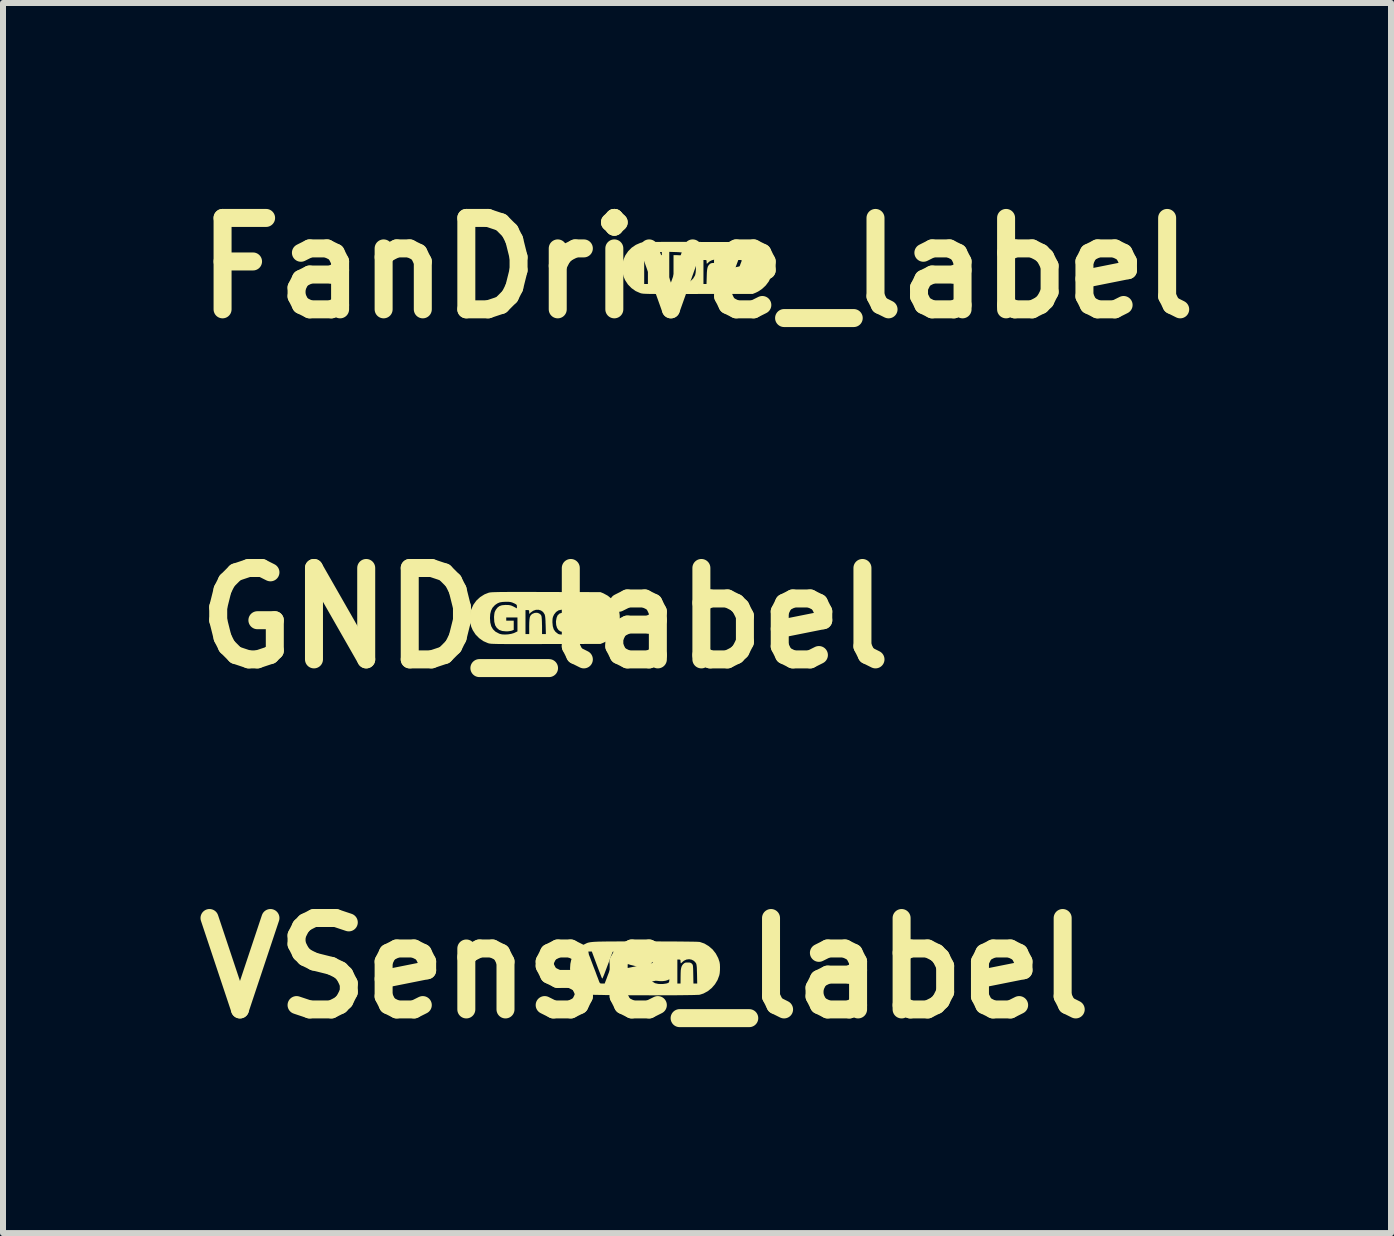
<source format=kicad_pcb>
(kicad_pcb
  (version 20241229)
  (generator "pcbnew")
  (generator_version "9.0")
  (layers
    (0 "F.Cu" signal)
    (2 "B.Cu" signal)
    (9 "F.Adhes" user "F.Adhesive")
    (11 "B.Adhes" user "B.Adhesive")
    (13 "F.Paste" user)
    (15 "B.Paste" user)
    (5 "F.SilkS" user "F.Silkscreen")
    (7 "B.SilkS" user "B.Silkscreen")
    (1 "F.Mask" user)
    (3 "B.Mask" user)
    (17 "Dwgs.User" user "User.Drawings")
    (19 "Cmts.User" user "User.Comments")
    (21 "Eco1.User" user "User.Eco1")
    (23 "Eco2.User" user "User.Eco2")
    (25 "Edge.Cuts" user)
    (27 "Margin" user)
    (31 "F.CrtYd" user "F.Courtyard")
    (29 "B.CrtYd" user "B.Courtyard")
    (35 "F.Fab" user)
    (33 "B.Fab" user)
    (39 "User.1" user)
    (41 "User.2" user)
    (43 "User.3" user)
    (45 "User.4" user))
  (footprint "GND_label"
    (layer "F.Cu")
    (at 6.031 7.254)
    (property "Reference" "GND_label" (at 0 0 0) (layer "F.SilkS") (effects (font (size 1.524 1.524) (thickness 0.3))))
    (attr board_only exclude_from_pos_files exclude_from_bom)
    (fp_poly (pts (xy 0.354 -0.08) (xy 0.364 -0.074) (xy 0.388 -0.048) (xy 0.406 -0.009) (xy 0.416 0.038) (xy 0.418 0.088) (xy 0.411 0.136) (xy 0.401 0.167) (xy 0.376 0.201) (xy 0.342 0.223) (xy 0.303 0.231) (xy 0.263 0.223) (xy 0.23 0.2) (xy 0.206 0.164) (xy 0.192 0.117) (xy 0.188 0.062) (xy 0.189 0.049) (xy 0.199 -0.006) (xy 0.217 -0.047) (xy 0.245 -0.073) (xy 0.249 -0.075) (xy 0.283 -0.086) (xy 0.321 -0.088)) (stroke (width 0) (type solid)) (fill yes) (layer "F.SilkS"))
    (fp_poly (pts (xy -0.313 -0.435) (xy -0.189 -0.435) (xy -0.048 -0.434) (xy 0.023 -0.434) (xy 0.93 -0.432) (xy 0.979 -0.412) (xy 1.049 -0.374) (xy 1.113 -0.323) (xy 1.169 -0.262) (xy 1.213 -0.195) (xy 1.23 -0.156) (xy 1.243 -0.105) (xy 1.251 -0.044) (xy 1.252 0.021) (xy 1.247 0.084) (xy 1.236 0.139) (xy 1.23 0.156) (xy 1.195 0.226) (xy 1.146 0.291) (xy 1.085 0.348) (xy 1.018 0.393) (xy 0.979 0.412) (xy 0.93 0.432) (xy 0.018 0.433) (xy -0.13 0.434) (xy -0.261 0.434) (xy -0.377 0.434) (xy -0.477 0.434) (xy -0.565 0.434) (xy -0.64 0.434) (xy -0.703 0.433) (xy -0.756 0.433) (xy -0.801 0.432) (xy -0.836 0.431) (xy -0.865 0.43) (xy -0.888 0.429) (xy -0.906 0.427) (xy -0.92 0.425) (xy -0.931 0.423) (xy -0.94 0.42) (xy -0.945 0.419) (xy -1.023 0.385) (xy -1.092 0.336) (xy -1.152 0.275) (xy -1.199 0.203) (xy -1.225 0.143) (xy -1.241 0.076) (xy -1.247 0.002) (xy -1.247 0) (xy -0.912 0) (xy -0.907 0.075) (xy -0.891 0.137) (xy -0.862 0.187) (xy -0.821 0.227) (xy -0.765 0.257) (xy -0.749 0.264) (xy -0.71 0.273) (xy -0.661 0.275) (xy -0.607 0.272) (xy -0.578 0.267) (xy -0.32 0.267) (xy -0.258 0.267) (xy -0.258 0.138) (xy -0.257 0.075) (xy -0.254 0.027) (xy -0.249 -0.008) (xy -0.24 -0.034) (xy -0.226 -0.053) (xy -0.208 -0.068) (xy -0.203 -0.071) (xy -0.165 -0.086) (xy -0.127 -0.088) (xy -0.093 -0.077) (xy -0.066 -0.056) (xy -0.054 -0.035) (xy -0.051 -0.015) (xy -0.048 0.018) (xy -0.046 0.062) (xy -0.045 0.112) (xy -0.044 0.13) (xy -0.044 0.267) (xy 0.02 0.267) (xy 0.016 0.118) (xy 0.014 0.071) (xy 0.129 0.071) (xy 0.135 0.136) (xy 0.151 0.189) (xy 0.18 0.23) (xy 0.221 0.262) (xy 0.227 0.266) (xy 0.251 0.273) (xy 0.284 0.275) (xy 0.318 0.274) (xy 0.345 0.268) (xy 0.35 0.266) (xy 0.37 0.253) (xy 0.392 0.235) (xy 0.394 0.233) (xy 0.418 0.21) (xy 0.418 0.239) (xy 0.42 0.258) (xy 0.428 0.265) (xy 0.449 0.267) (xy 0.481 0.267) (xy 0.481 -0.285) (xy 0.418 -0.285) (xy 0.418 -0.069) (xy 0.393 -0.096) (xy 0.368 -0.116) (xy 0.337 -0.131) (xy 0.331 -0.133) (xy 0.279 -0.139) (xy 0.231 -0.128) (xy 0.19 -0.101) (xy 0.157 -0.059) (xy 0.152 -0.049) (xy 0.14 -0.023) (xy 0.133 0.001) (xy 0.13 0.031) (xy 0.129 0.071) (xy 0.014 0.071) (xy 0.014 0.054) (xy 0.011 0.005) (xy 0.007 -0.031) (xy 0.001 -0.055) (xy -0.002 -0.063) (xy -0.027 -0.101) (xy -0.062 -0.126) (xy -0.103 -0.138) (xy -0.147 -0.137) (xy -0.192 -0.121) (xy -0.233 -0.092) (xy -0.234 -0.091) (xy -0.258 -0.068) (xy -0.258 -0.101) (xy -0.259 -0.122) (xy -0.266 -0.131) (xy -0.284 -0.133) (xy -0.289 -0.133) (xy -0.32 -0.133) (xy -0.32 0.267) (xy -0.578 0.267) (xy -0.555 0.263) (xy -0.511 0.25) (xy -0.505 0.247) (xy -0.454 0.223) (xy -0.454 -0.009) (xy -0.641 -0.009) (xy -0.641 0.044) (xy -0.516 0.044) (xy -0.516 0.197) (xy -0.547 0.21) (xy -0.573 0.216) (xy -0.609 0.221) (xy -0.643 0.222) (xy -0.707 0.216) (xy -0.758 0.198) (xy -0.797 0.166) (xy -0.825 0.122) (xy -0.84 0.064) (xy -0.844 -0.007) (xy -0.844 -0.024) (xy -0.84 -0.064) (xy -0.835 -0.094) (xy -0.825 -0.118) (xy -0.814 -0.139) (xy -0.786 -0.175) (xy -0.754 -0.199) (xy -0.713 -0.213) (xy -0.66 -0.218) (xy -0.644 -0.218) (xy -0.605 -0.217) (xy -0.576 -0.213) (xy -0.55 -0.205) (xy -0.519 -0.191) (xy -0.518 -0.19) (xy -0.463 -0.161) (xy -0.463 -0.192) (xy -0.464 -0.21) (xy -0.47 -0.222) (xy -0.485 -0.233) (xy -0.512 -0.247) (xy -0.514 -0.247) (xy -0.541 -0.259) (xy -0.566 -0.266) (xy -0.594 -0.27) (xy -0.632 -0.271) (xy -0.65 -0.271) (xy -0.705 -0.268) (xy -0.748 -0.261) (xy -0.783 -0.247) (xy -0.817 -0.225) (xy -0.836 -0.209) (xy -0.871 -0.17) (xy -0.894 -0.123) (xy -0.908 -0.067) (xy -0.912 0) (xy -1.247 0) (xy -1.242 -0.073) (xy -1.226 -0.141) (xy -1.225 -0.143) (xy -1.188 -0.223) (xy -1.138 -0.292) (xy -1.075 -0.35) (xy -1.003 -0.395) (xy -0.934 -0.422) (xy -0.924 -0.424) (xy -0.912 -0.427) (xy -0.897 -0.428) (xy -0.877 -0.43) (xy -0.851 -0.431) (xy -0.818 -0.432) (xy -0.778 -0.433) (xy -0.729 -0.434) (xy -0.67 -0.434) (xy -0.6 -0.435) (xy -0.518 -0.435) (xy -0.423 -0.435)) (stroke (width 0) (type solid)) (fill yes) (layer "F.SilkS")))
  (footprint "VSense_label"
    (layer "F.Cu")
    (at 7.7 13.09)
    (property "Reference" "VSense_label" (at 0 0 0) (layer "F.SilkS") (effects (font (size 1.524 1.524) (thickness 0.3))))
    (attr board_only exclude_from_pos_files exclude_from_bom)
    (fp_poly (pts (xy 0.284 -0.094) (xy 0.308 -0.087) (xy 0.31 -0.086) (xy 0.335 -0.064) (xy 0.355 -0.034) (xy 0.365 -0.003) (xy 0.365 0.002) (xy 0.365 0.027) (xy 0.122 0.027) (xy 0.128 0.000038) (xy 0.144 -0.043) (xy 0.174 -0.074) (xy 0.214 -0.093) (xy 0.256 -0.098)) (stroke (width 0) (type solid)) (fill yes) (layer "F.SilkS"))
    (fp_poly (pts (xy -0.006 -0.445) (xy 0.004 -0.445) (xy 0.162 -0.445) (xy 0.306 -0.444) (xy 0.436 -0.444) (xy 0.552 -0.443) (xy 0.653 -0.442) (xy 0.738 -0.441) (xy 0.807 -0.44) (xy 0.86 -0.439) (xy 0.896 -0.437) (xy 0.914 -0.436) (xy 0.916 -0.436) (xy 0.994 -0.409) (xy 1.066 -0.366) (xy 1.13 -0.311) (xy 1.183 -0.244) (xy 1.224 -0.167) (xy 1.246 -0.102) (xy 1.252 -0.064) (xy 1.254 -0.015) (xy 1.253 0.037) (xy 1.249 0.086) (xy 1.242 0.121) (xy 1.213 0.199) (xy 1.17 0.27) (xy 1.115 0.333) (xy 1.051 0.385) (xy 0.979 0.424) (xy 0.917 0.444) (xy 0.9 0.446) (xy 0.868 0.447) (xy 0.82 0.449) (xy 0.76 0.45) (xy 0.687 0.451) (xy 0.605 0.452) (xy 0.514 0.453) (xy 0.415 0.453) (xy 0.311 0.453) (xy 0.203 0.454) (xy 0.092 0.454) (xy -0.021 0.453) (xy -0.133 0.453) (xy -0.243 0.453) (xy -0.35 0.452) (xy -0.452 0.451) (xy -0.548 0.451) (xy -0.636 0.45) (xy -0.715 0.448) (xy -0.783 0.447) (xy -0.839 0.446) (xy -0.881 0.444) (xy -0.908 0.442) (xy -0.917 0.441) (xy -0.999 0.41) (xy -1.073 0.364) (xy -1.135 0.305) (xy -1.161 0.271) (xy -1.201 0.207) (xy -1.227 0.144) (xy -1.242 0.079) (xy -1.246 0.004) (xy -1.241 -0.07) (xy -1.227 -0.136) (xy -1.201 -0.198) (xy -1.161 -0.263) (xy -1.15 -0.276) (xy -0.952 -0.276) (xy -0.934 -0.229) (xy -0.925 -0.207) (xy -0.911 -0.172) (xy -0.894 -0.126) (xy -0.874 -0.073) (xy -0.852 -0.015) (xy -0.841 0.013) (xy -0.819 0.07) (xy -0.8 0.123) (xy -0.782 0.168) (xy -0.769 0.204) (xy -0.76 0.227) (xy -0.757 0.234) (xy -0.749 0.249) (xy -0.737 0.256) (xy -0.713 0.258) (xy -0.709 0.258) (xy -0.669 0.258) (xy -0.648 0.203) (xy -0.4 0.203) (xy -0.4 0.223) (xy -0.394 0.235) (xy -0.38 0.243) (xy -0.354 0.252) (xy -0.309 0.261) (xy -0.259 0.266) (xy -0.207 0.266) (xy -0.16 0.261) (xy -0.125 0.252) (xy -0.12 0.25) (xy -0.078 0.224) (xy -0.05 0.19) (xy -0.037 0.154) (xy -0.032 0.1) (xy -0.036 0.086) (xy 0.064 0.086) (xy 0.067 0.124) (xy 0.073 0.151) (xy 0.084 0.174) (xy 0.094 0.188) (xy 0.129 0.227) (xy 0.171 0.252) (xy 0.223 0.264) (xy 0.266 0.266) (xy 0.305 0.265) (xy 0.342 0.26) (xy 0.354 0.258) (xy 0.543 0.258) (xy 0.596 0.258) (xy 0.597 0.149) (xy 0.598 0.086) (xy 0.6 0.037) (xy 0.606 0.00029) (xy 0.614 -0.027) (xy 0.626 -0.049) (xy 0.64 -0.066) (xy 0.659 -0.082) (xy 0.678 -0.091) (xy 0.704 -0.093) (xy 0.716 -0.093) (xy 0.749 -0.092) (xy 0.77 -0.085) (xy 0.785 -0.073) (xy 0.792 -0.065) (xy 0.798 -0.055) (xy 0.802 -0.042) (xy 0.804 -0.021) (xy 0.806 0.01) (xy 0.807 0.053) (xy 0.808 0.103) (xy 0.811 0.258) (xy 0.874 0.258) (xy 0.871 0.1) (xy 0.869 0.042) (xy 0.868 -0.002) (xy 0.865 -0.034) (xy 0.862 -0.056) (xy 0.858 -0.072) (xy 0.851 -0.085) (xy 0.851 -0.086) (xy 0.821 -0.119) (xy 0.782 -0.14) (xy 0.739 -0.148) (xy 0.694 -0.142) (xy 0.653 -0.123) (xy 0.633 -0.107) (xy 0.616 -0.09) (xy 0.603 -0.081) (xy 0.601 -0.08) (xy 0.598 -0.088) (xy 0.596 -0.107) (xy 0.596 -0.111) (xy 0.595 -0.132) (xy 0.587 -0.141) (xy 0.57 -0.142) (xy 0.543 -0.142) (xy 0.543 0.258) (xy 0.354 0.258) (xy 0.369 0.255) (xy 0.369 0.255) (xy 0.393 0.246) (xy 0.404 0.234) (xy 0.408 0.216) (xy 0.41 0.187) (xy 0.377 0.202) (xy 0.343 0.212) (xy 0.302 0.217) (xy 0.259 0.218) (xy 0.22 0.214) (xy 0.19 0.206) (xy 0.184 0.202) (xy 0.151 0.171) (xy 0.131 0.128) (xy 0.127 0.107) (xy 0.122 0.071) (xy 0.427 0.071) (xy 0.427 0.042) (xy 0.421 -0.008) (xy 0.403 -0.056) (xy 0.378 -0.097) (xy 0.345 -0.125) (xy 0.34 -0.128) (xy 0.287 -0.146) (xy 0.232 -0.147) (xy 0.178 -0.133) (xy 0.131 -0.104) (xy 0.119 -0.093) (xy 0.09 -0.058) (xy 0.072 -0.019) (xy 0.064 0.028) (xy 0.064 0.086) (xy -0.036 0.086) (xy -0.043 0.054) (xy -0.07 0.015) (xy -0.113 -0.015) (xy -0.171 -0.037) (xy -0.2 -0.044) (xy -0.237 -0.053) (xy -0.273 -0.064) (xy -0.291 -0.071) (xy -0.316 -0.084) (xy -0.328 -0.1) (xy -0.334 -0.119) (xy -0.334 -0.158) (xy -0.32 -0.189) (xy -0.293 -0.212) (xy -0.256 -0.226) (xy -0.209 -0.23) (xy -0.156 -0.224) (xy -0.097 -0.208) (xy -0.078 -0.2) (xy -0.067 -0.199) (xy -0.063 -0.208) (xy -0.062 -0.226) (xy -0.064 -0.246) (xy -0.071 -0.257) (xy -0.089 -0.265) (xy -0.1 -0.268) (xy -0.127 -0.273) (xy -0.165 -0.278) (xy -0.206 -0.28) (xy -0.214 -0.28) (xy -0.254 -0.279) (xy -0.282 -0.276) (xy -0.304 -0.27) (xy -0.327 -0.259) (xy -0.328 -0.258) (xy -0.367 -0.229) (xy -0.39 -0.193) (xy -0.399 -0.148) (xy -0.398 -0.122) (xy -0.395 -0.091) (xy -0.387 -0.066) (xy -0.372 -0.045) (xy -0.349 -0.028) (xy -0.316 -0.012) (xy -0.27 0.004) (xy -0.209 0.021) (xy -0.185 0.027) (xy -0.143 0.044) (xy -0.116 0.069) (xy -0.103 0.104) (xy -0.102 0.12) (xy -0.109 0.159) (xy -0.13 0.187) (xy -0.165 0.206) (xy -0.19 0.213) (xy -0.25 0.218) (xy -0.312 0.207) (xy -0.365 0.187) (xy -0.4 0.169) (xy -0.4 0.203) (xy -0.648 0.203) (xy -0.646 0.198) (xy -0.636 0.172) (xy -0.622 0.133) (xy -0.603 0.084) (xy -0.582 0.028) (xy -0.559 -0.032) (xy -0.548 -0.062) (xy -0.526 -0.118) (xy -0.507 -0.169) (xy -0.492 -0.212) (xy -0.48 -0.245) (xy -0.473 -0.265) (xy -0.472 -0.27) (xy -0.479 -0.274) (xy -0.499 -0.275) (xy -0.504 -0.274) (xy -0.536 -0.271) (xy -0.597 -0.107) (xy -0.626 -0.03) (xy -0.649 0.031) (xy -0.667 0.079) (xy -0.681 0.116) (xy -0.692 0.141) (xy -0.699 0.159) (xy -0.704 0.169) (xy -0.708 0.173) (xy -0.71 0.173) (xy -0.712 0.172) (xy -0.717 0.162) (xy -0.727 0.138) (xy -0.741 0.101) (xy -0.759 0.055) (xy -0.78 0.000464) (xy -0.801 -0.056) (xy -0.883 -0.276) (xy -0.952 -0.276) (xy -1.15 -0.276) (xy -1.11 -0.323) (xy -1.05 -0.371) (xy -1.004 -0.398) (xy -0.989 -0.405) (xy -0.975 -0.412) (xy -0.962 -0.418) (xy -0.947 -0.423) (xy -0.93 -0.427) (xy -0.909 -0.431) (xy -0.885 -0.434) (xy -0.854 -0.437) (xy -0.818 -0.439) (xy -0.773 -0.441) (xy -0.72 -0.442) (xy -0.657 -0.443) (xy -0.582 -0.444) (xy -0.496 -0.444) (xy -0.396 -0.445) (xy -0.282 -0.445) (xy -0.153 -0.445)) (stroke (width 0) (type solid)) (fill yes) (layer "F.SilkS")))
  (footprint "FanDrive_label"
    (layer "F.Cu")
    (at 8.571 1.418)
    (property "Reference" "FanDrive_label" (at 0 0 0) (layer "F.SilkS") (effects (font (size 1.524 1.524) (thickness 0.3))))
    (attr board_only exclude_from_pos_files exclude_from_bom)
    (fp_poly (pts (xy -0.26 -0.21) (xy -0.205 -0.199) (xy -0.162 -0.179) (xy -0.129 -0.149) (xy -0.105 -0.112) (xy -0.091 -0.071) (xy -0.084 -0.019) (xy -0.086 0.035) (xy -0.095 0.086) (xy -0.108 0.121) (xy -0.13 0.156) (xy -0.157 0.18) (xy -0.192 0.197) (xy -0.239 0.207) (xy -0.3 0.212) (xy -0.3 0.212) (xy -0.392 0.216) (xy -0.392 -0.214) (xy -0.33 -0.214)) (stroke (width 0) (type solid)) (fill yes) (layer "F.SilkS"))
    (fp_poly (pts (xy -0.313 -0.435) (xy -0.189 -0.435) (xy -0.048 -0.434) (xy 0.023 -0.434) (xy 0.93 -0.432) (xy 0.979 -0.412) (xy 1.049 -0.374) (xy 1.113 -0.323) (xy 1.169 -0.262) (xy 1.213 -0.195) (xy 1.23 -0.156) (xy 1.243 -0.105) (xy 1.251 -0.044) (xy 1.252 0.021) (xy 1.247 0.084) (xy 1.236 0.139) (xy 1.23 0.156) (xy 1.195 0.226) (xy 1.146 0.291) (xy 1.085 0.348) (xy 1.018 0.393) (xy 0.979 0.412) (xy 0.93 0.432) (xy 0.018 0.433) (xy -0.13 0.434) (xy -0.261 0.434) (xy -0.377 0.434) (xy -0.477 0.434) (xy -0.565 0.434) (xy -0.64 0.434) (xy -0.703 0.433) (xy -0.756 0.433) (xy -0.801 0.432) (xy -0.836 0.431) (xy -0.865 0.43) (xy -0.888 0.429) (xy -0.906 0.427) (xy -0.92 0.425) (xy -0.931 0.423) (xy -0.94 0.42) (xy -0.945 0.419) (xy -1.023 0.385) (xy -1.092 0.336) (xy -1.152 0.275) (xy -1.157 0.267) (xy -0.881 0.267) (xy -0.819 0.267) (xy -0.819 0.009) (xy -0.605 0.009) (xy -0.605 -0.044) (xy -0.819 -0.044) (xy -0.819 -0.214) (xy -0.587 -0.214) (xy -0.587 -0.267) (xy -0.881 -0.267) (xy -0.881 0.267) (xy -1.157 0.267) (xy -1.199 0.203) (xy -1.225 0.143) (xy -1.24 0.079) (xy -1.246 0.007) (xy -1.243 -0.066) (xy -1.229 -0.132) (xy -1.228 -0.135) (xy -1.196 -0.21) (xy -1.155 -0.269) (xy -0.463 -0.269) (xy -0.463 0.269) (xy -0.401 0.267) (xy 0.107 0.267) (xy 0.158 0.267) (xy 0.162 0.136) (xy 0.164 0.076) (xy 0.168 0.031) (xy 0.174 -0.002) (xy 0.182 -0.027) (xy 0.195 -0.047) (xy 0.212 -0.065) (xy 0.214 -0.067) (xy 0.231 -0.078) (xy 0.256 -0.083) (xy 0.286 -0.084) (xy 0.315 -0.084) (xy 0.331 -0.087) (xy 0.337 -0.094) (xy 0.338 -0.106) (xy 0.338 -0.109) (xy 0.334 -0.129) (xy 0.324 -0.135) (xy 0.365 -0.135) (xy 0.392 -0.061) (xy 0.406 -0.023) (xy 0.424 0.025) (xy 0.444 0.078) (xy 0.462 0.129) (xy 0.464 0.132) (xy 0.48 0.176) (xy 0.494 0.213) (xy 0.505 0.241) (xy 0.511 0.257) (xy 0.512 0.259) (xy 0.523 0.264) (xy 0.546 0.267) (xy 0.559 0.267) (xy 0.601 0.267) (xy 0.671 0.078) (xy 0.691 0.023) (xy 0.71 -0.027) (xy 0.725 -0.069) (xy 0.737 -0.1) (xy 0.744 -0.119) (xy 0.745 -0.122) (xy 0.741 -0.131) (xy 0.721 -0.133) (xy 0.719 -0.133) (xy 0.688 -0.133) (xy 0.627 0.031) (xy 0.607 0.082) (xy 0.59 0.126) (xy 0.575 0.162) (xy 0.564 0.186) (xy 0.558 0.196) (xy 0.557 0.196) (xy 0.552 0.189) (xy 0.541 0.167) (xy 0.527 0.133) (xy 0.51 0.09) (xy 0.491 0.04) (xy 0.489 0.034) (xy 0.429 -0.129) (xy 0.397 -0.132) (xy 0.365 -0.135) (xy 0.324 -0.135) (xy 0.318 -0.138) (xy 0.317 -0.138) (xy 0.286 -0.139) (xy 0.249 -0.13) (xy 0.214 -0.113) (xy 0.194 -0.097) (xy 0.177 -0.081) (xy 0.166 -0.072) (xy 0.164 -0.071) (xy 0.161 -0.079) (xy 0.16 -0.098) (xy 0.16 -0.102) (xy 0.159 -0.123) (xy 0.151 -0.132) (xy 0.133 -0.133) (xy 0.107 -0.133) (xy 0.107 0.267) (xy -0.401 0.267) (xy -0.332 0.265) (xy -0.267 0.262) (xy -0.218 0.258) (xy -0.181 0.252) (xy -0.158 0.245) (xy -0.108 0.218) (xy -0.066 0.178) (xy -0.037 0.13) (xy -0.031 0.116) (xy -0.023 0.077) (xy -0.019 0.03) (xy -0.019 -0.021) (xy -0.023 -0.07) (xy -0.031 -0.111) (xy -0.039 -0.133) (xy -0.065 -0.174) (xy -0.095 -0.206) (xy -0.132 -0.23) (xy -0.18 -0.247) (xy -0.239 -0.258) (xy -0.313 -0.264) (xy -0.336 -0.265) (xy -0.463 -0.269) (xy -1.155 -0.269) (xy -1.149 -0.279) (xy -1.089 -0.339) (xy -1.02 -0.386) (xy -0.944 -0.419) (xy -0.934 -0.422) (xy -0.924 -0.424) (xy -0.912 -0.427) (xy -0.897 -0.428) (xy -0.877 -0.43) (xy -0.851 -0.431) (xy -0.818 -0.432) (xy -0.778 -0.433) (xy -0.729 -0.434) (xy -0.67 -0.434) (xy -0.6 -0.435) (xy -0.518 -0.435) (xy -0.423 -0.435)) (stroke (width 0) (type solid)) (fill yes) (layer "F.SilkS")))
  (gr_rect
    (start -3 -3)
    (end 20.141 17.508)
    (stroke (width 0.1) (type default))
    (fill no)
    (layer "Edge.Cuts")))
</source>
